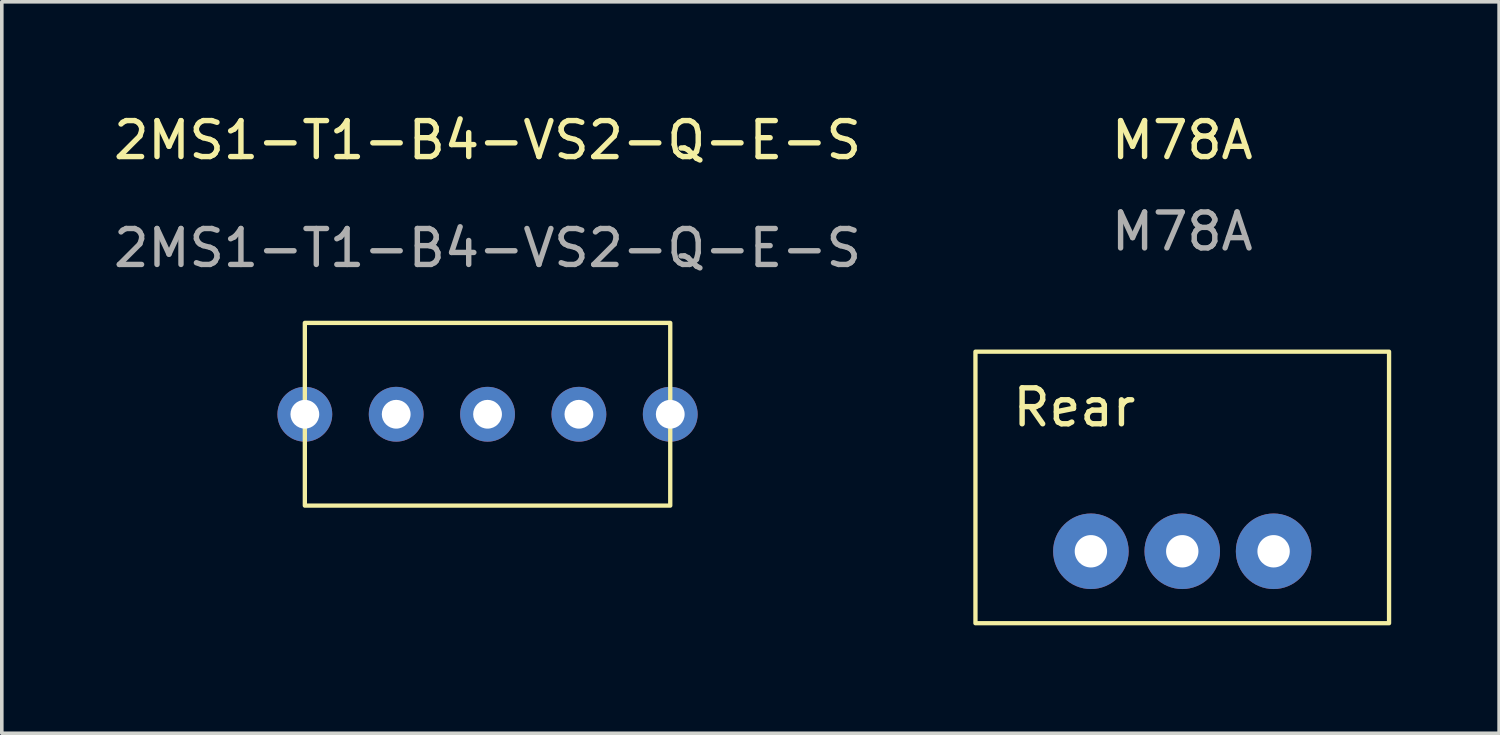
<source format=kicad_pcb>
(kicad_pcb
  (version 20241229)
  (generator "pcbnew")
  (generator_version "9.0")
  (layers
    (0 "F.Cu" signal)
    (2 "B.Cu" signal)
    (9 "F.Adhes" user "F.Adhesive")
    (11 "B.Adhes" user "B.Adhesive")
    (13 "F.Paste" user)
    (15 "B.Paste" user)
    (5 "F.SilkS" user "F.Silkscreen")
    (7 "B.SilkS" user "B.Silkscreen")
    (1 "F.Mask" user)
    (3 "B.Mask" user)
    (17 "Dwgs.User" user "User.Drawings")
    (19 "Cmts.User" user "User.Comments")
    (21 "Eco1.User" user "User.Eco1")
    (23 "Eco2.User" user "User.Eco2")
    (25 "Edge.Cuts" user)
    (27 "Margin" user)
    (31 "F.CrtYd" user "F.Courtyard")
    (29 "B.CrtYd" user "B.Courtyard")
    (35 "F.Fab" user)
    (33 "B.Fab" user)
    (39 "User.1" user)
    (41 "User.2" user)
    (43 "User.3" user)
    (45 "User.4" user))
  (footprint "M78A"
    (layer "F.Cu")
    (at 29.822 12.278)
    (property "Reference" "M78A" (at 0 -11.43 0) (unlocked yes) (layer "F.SilkS") (effects (font (size 1 1) (thickness 0.15))))
    (attr through_hole)
    (fp_rect (start -5.75 -5.55) (end 5.75 2) (stroke (width 0.12) (type solid)) (fill no) (layer "F.SilkS"))
    (fp_text user "Rear" (at -3 -4 0) (unlocked yes) (layer "F.SilkS") (effects (font (size 1 1) (thickness 0.15))))
    (fp_text user "${REFERENCE}" (at 0 -8.89 0) (unlocked yes) (layer "F.Fab") (effects (font (size 1 1) (thickness 0.15))))
    (pad "1" thru_hole circle (at -2.54 0) (size 2.1 2.1) (drill 0.9) (layers "*.Cu" "*.Mask"))
    (pad "2" thru_hole circle (at 0 0) (size 2.1 2.1) (drill 0.9) (layers "*.Cu" "*.Mask"))
    (pad "3" thru_hole circle (at 2.54 0) (size 2.1 2.1) (drill 0.9) (layers "*.Cu" "*.Mask")))
  (footprint "2MS1-T1-B4-VS2-Q-E-S"
    (layer "F.Cu")
    (at 10.506 8.468)
    (property "Reference" "2MS1-T1-B4-VS2-Q-E-S" (at 0 -7.62 0) (unlocked yes) (layer "F.SilkS") (effects (font (size 1 1) (thickness 0.15))))
    (attr through_hole)
    (fp_rect (start -5.08 -2.54) (end 5.08 2.54) (stroke (width 0.12) (type solid)) (fill no) (layer "F.SilkS"))
    (fp_text user "${REFERENCE}" (at 0 -4.62 0) (unlocked yes) (layer "F.Fab") (effects (font (size 1 1) (thickness 0.15))))
    (pad "" thru_hole circle (at -5.08 0) (size 1.524 1.524) (drill 0.8) (layers "*.Cu" "*.Mask"))
    (pad "" thru_hole circle (at 5.08 0) (size 1.524 1.524) (drill 0.8) (layers "*.Cu" "*.Mask"))
    (pad "1" thru_hole circle (at -2.54 0) (size 1.524 1.524) (drill 0.8) (layers "*.Cu" "*.Mask"))
    (pad "2" thru_hole circle (at 0 0) (size 1.524 1.524) (drill 0.8) (layers "*.Cu" "*.Mask"))
    (pad "3" thru_hole circle (at 2.54 0) (size 1.524 1.524) (drill 0.8) (layers "*.Cu" "*.Mask")))
  (gr_rect
    (start -3 -3)
    (end 38.632 17.338)
    (stroke (width 0.1) (type default))
    (fill no)
    (layer "Edge.Cuts")))
</source>
